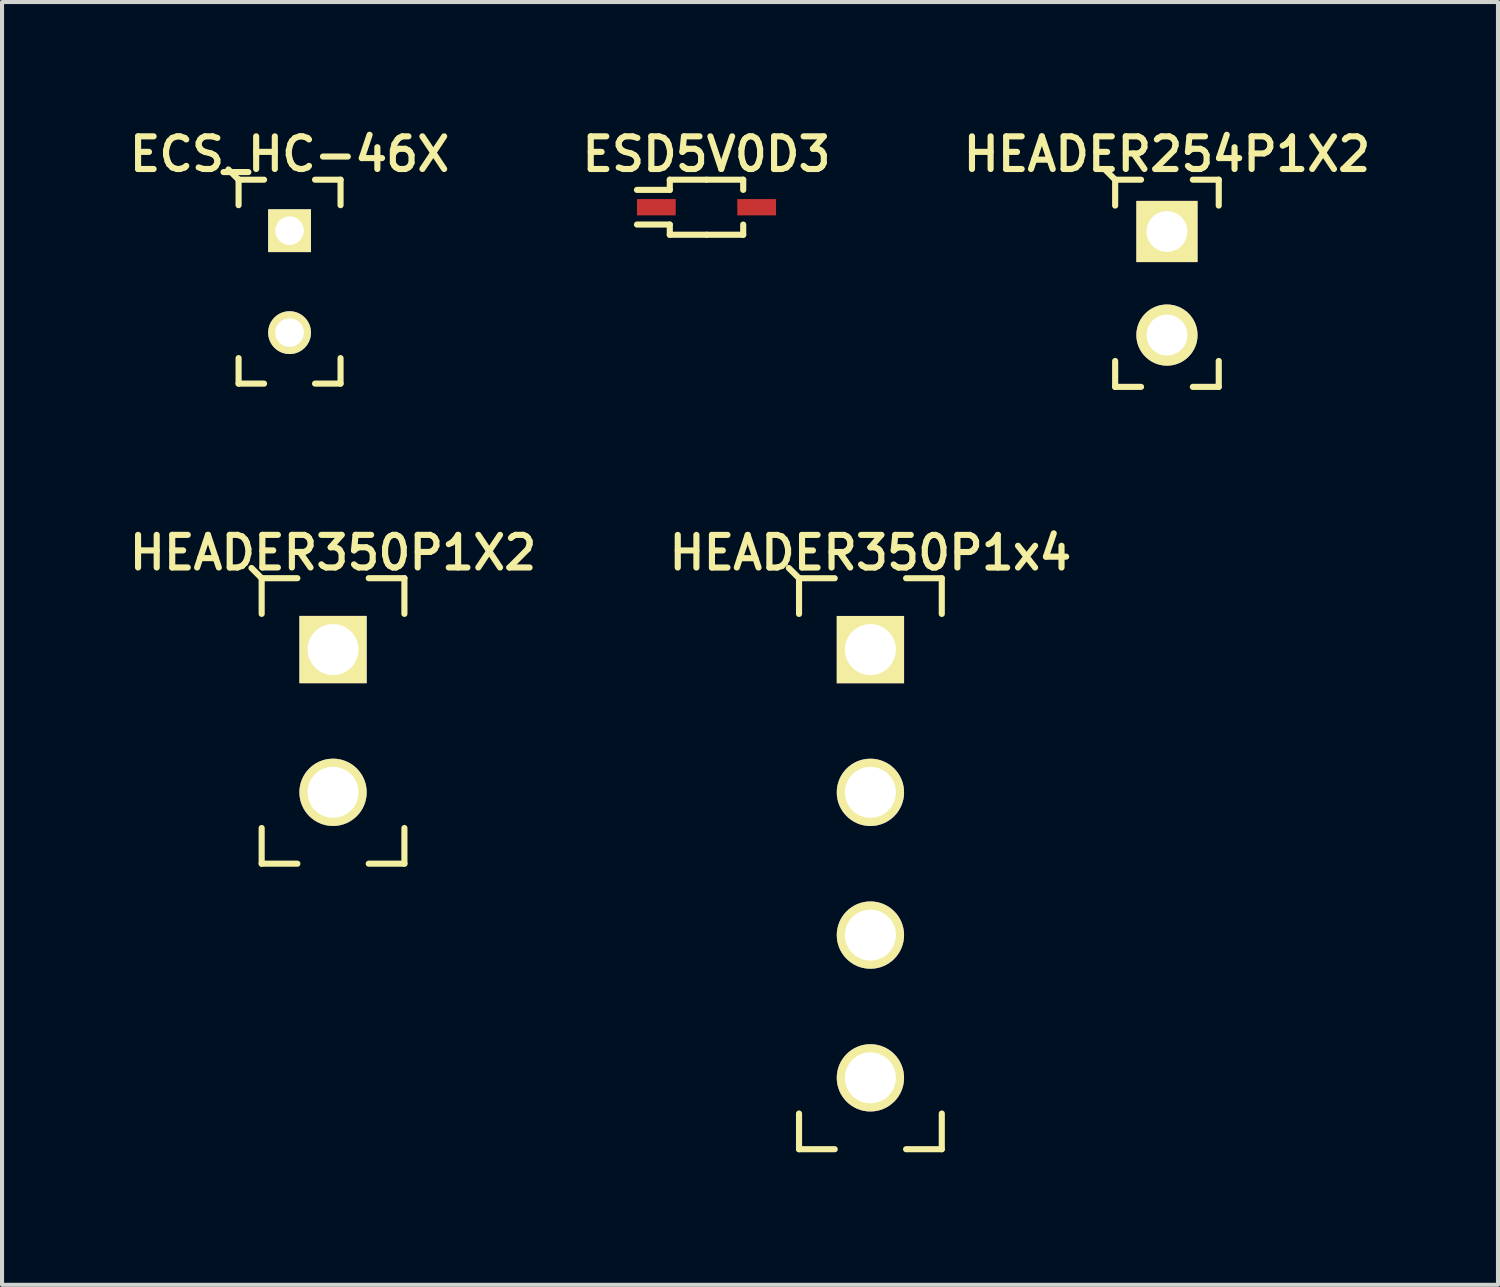
<source format=kicad_pcb>
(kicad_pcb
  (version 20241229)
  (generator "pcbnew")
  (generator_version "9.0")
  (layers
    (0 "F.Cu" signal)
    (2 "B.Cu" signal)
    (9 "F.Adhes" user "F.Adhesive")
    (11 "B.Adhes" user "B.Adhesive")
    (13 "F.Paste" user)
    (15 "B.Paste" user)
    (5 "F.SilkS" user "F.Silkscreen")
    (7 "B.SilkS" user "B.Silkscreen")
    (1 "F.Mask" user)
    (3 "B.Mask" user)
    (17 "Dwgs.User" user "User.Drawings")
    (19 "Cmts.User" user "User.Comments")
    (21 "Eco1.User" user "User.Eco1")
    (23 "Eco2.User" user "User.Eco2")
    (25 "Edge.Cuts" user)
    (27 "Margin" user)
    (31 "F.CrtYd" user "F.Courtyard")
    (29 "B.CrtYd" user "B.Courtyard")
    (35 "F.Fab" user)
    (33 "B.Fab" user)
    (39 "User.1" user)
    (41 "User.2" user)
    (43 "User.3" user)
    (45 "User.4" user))
  (footprint "HEADER350P1X2"
    (layer "F.Cu")
    (at 5.116 14.627)
    (property "Reference" "HEADER350P1X2" (at 0 -4.125 0) (layer "F.SilkS") (effects (font (size 0.8 0.8) (thickness 0.15))))
    (attr through_hole)
    (fp_line (start -1.75 -3.5) (end -2 -3.75) (stroke (width 0.15) (type solid)) (layer "F.SilkS"))
    (fp_line (start -1.75 -3.5) (end -1.75 -2.625) (stroke (width 0.15) (type solid)) (layer "F.SilkS"))
    (fp_line (start -1.75 -3.5) (end -0.875 -3.5) (stroke (width 0.15) (type solid)) (layer "F.SilkS"))
    (fp_line (start -1.75 3.5) (end -1.75 2.625) (stroke (width 0.15) (type solid)) (layer "F.SilkS"))
    (fp_line (start -1.75 3.5) (end -0.875 3.5) (stroke (width 0.15) (type solid)) (layer "F.SilkS"))
    (fp_line (start 1.75 -3.5) (end 0.875 -3.5) (stroke (width 0.15) (type solid)) (layer "F.SilkS"))
    (fp_line (start 1.75 -3.5) (end 1.75 -2.625) (stroke (width 0.15) (type solid)) (layer "F.SilkS"))
    (fp_line (start 1.75 3.5) (end 0.875 3.5) (stroke (width 0.15) (type solid)) (layer "F.SilkS"))
    (fp_line (start 1.75 3.5) (end 1.75 2.625) (stroke (width 0.15) (type solid)) (layer "F.SilkS"))
    (fp_line (start -1.75 -3.5) (end 1.75 -3.5) (stroke (width 0.15) (type solid)) (layer "Eco1.User"))
    (fp_line (start -1.75 3.5) (end -1.75 -3.5) (stroke (width 0.15) (type solid)) (layer "Eco1.User"))
    (fp_line (start 1.75 -3.5) (end 1.75 3.5) (stroke (width 0.15) (type solid)) (layer "Eco1.User"))
    (fp_line (start 1.75 3.5) (end -1.75 3.5) (stroke (width 0.15) (type solid)) (layer "Eco1.User"))
    (fp_line (start -2 -3.75) (end -2 3.75) (stroke (width 0.15) (type solid)) (layer "Eco2.User"))
    (fp_line (start -2 3.75) (end 2 3.75) (stroke (width 0.15) (type solid)) (layer "Eco2.User"))
    (fp_line (start 2 -3.75) (end -2 -3.75) (stroke (width 0.15) (type solid)) (layer "Eco2.User"))
    (fp_line (start 2 3.75) (end 2 -3.75) (stroke (width 0.15) (type solid)) (layer "Eco2.User"))
    (pad "1" thru_hole rect (at 0 -1.75) (size 1.65 1.65) (drill 1.25) (layers "*.Cu" "*.Mask" "F.SilkS" "F.Paste"))
    (pad "2" thru_hole circle (at 0 1.75) (size 1.65 1.65) (drill 1.25) (layers "*.Cu" "*.Mask" "F.SilkS" "F.Paste")))
  (footprint "ECS_HC-46X"
    (layer "F.Cu")
    (at 4.05 3.856)
    (property "Reference" "ECS_HC-46X" (at 0 -3.125 0) (layer "F.SilkS") (effects (font (size 0.8 0.8) (thickness 0.15))))
    (attr through_hole)
    (fp_line (start -1.25 -2.5) (end -1.5 -2.75) (stroke (width 0.15) (type solid)) (layer "F.SilkS"))
    (fp_line (start -1.25 -2.5) (end -1.25 -1.875) (stroke (width 0.15) (type solid)) (layer "F.SilkS"))
    (fp_line (start -1.25 -2.5) (end -0.625 -2.5) (stroke (width 0.15) (type solid)) (layer "F.SilkS"))
    (fp_line (start -1.25 2.5) (end -1.25 1.875) (stroke (width 0.15) (type solid)) (layer "F.SilkS"))
    (fp_line (start -1.25 2.5) (end -0.625 2.5) (stroke (width 0.15) (type solid)) (layer "F.SilkS"))
    (fp_line (start 1.25 -2.5) (end 0.625 -2.5) (stroke (width 0.15) (type solid)) (layer "F.SilkS"))
    (fp_line (start 1.25 -2.5) (end 1.25 -1.875) (stroke (width 0.15) (type solid)) (layer "F.SilkS"))
    (fp_line (start 1.25 2.5) (end 0.625 2.5) (stroke (width 0.15) (type solid)) (layer "F.SilkS"))
    (fp_line (start 1.25 2.5) (end 1.25 1.875) (stroke (width 0.15) (type solid)) (layer "F.SilkS"))
    (fp_line (start -1.25 -2.5) (end 1.25 -2.5) (stroke (width 0.15) (type solid)) (layer "Eco1.User"))
    (fp_line (start -1.25 2.5) (end -1.25 -2.5) (stroke (width 0.15) (type solid)) (layer "Eco1.User"))
    (fp_line (start 1.25 -2.5) (end 1.25 2.5) (stroke (width 0.15) (type solid)) (layer "Eco1.User"))
    (fp_line (start 1.25 2.5) (end -1.25 2.5) (stroke (width 0.15) (type solid)) (layer "Eco1.User"))
    (fp_line (start -1.5 -2.75) (end -1.5 2.75) (stroke (width 0.15) (type solid)) (layer "Eco2.User"))
    (fp_line (start -1.5 2.75) (end 1.5 2.75) (stroke (width 0.15) (type solid)) (layer "Eco2.User"))
    (fp_line (start 1.5 -2.75) (end -1.5 -2.75) (stroke (width 0.15) (type solid)) (layer "Eco2.User"))
    (fp_line (start 1.5 2.75) (end 1.5 -2.75) (stroke (width 0.15) (type solid)) (layer "Eco2.User"))
    (pad "1" thru_hole rect (at 0 -1.25) (size 1.05 1.05) (drill 0.7) (layers "*.Cu" "*.Mask" "F.SilkS" "F.Paste"))
    (pad "2" thru_hole circle (at 0 1.25) (size 1.05 1.05) (drill 0.7) (layers "*.Cu" "*.Mask" "F.SilkS" "F.Paste")))
  (footprint "ESD5V0D3"
    (layer "F.Cu")
    (at 14.273 2.031)
    (property "Reference" "ESD5V0D3" (at 0 -1.3 0) (layer "F.SilkS") (effects (font (size 0.8 0.8) (thickness 0.15))))
    (attr through_hole)
    (fp_line (start -0.9 -0.675) (end -0.9 -0.425) (stroke (width 0.15) (type solid)) (layer "F.SilkS"))
    (fp_line (start -0.9 -0.675) (end 0 -0.675) (stroke (width 0.15) (type solid)) (layer "F.SilkS"))
    (fp_line (start -0.9 -0.425) (end -1.705 -0.425) (stroke (width 0.15) (type solid)) (layer "F.SilkS"))
    (fp_line (start -0.9 0.425) (end -1.705 0.425) (stroke (width 0.15) (type solid)) (layer "F.SilkS"))
    (fp_line (start -0.9 0.675) (end -0.9 0.425) (stroke (width 0.15) (type solid)) (layer "F.SilkS"))
    (fp_line (start -0.9 0.675) (end 0 0.675) (stroke (width 0.15) (type solid)) (layer "F.SilkS"))
    (fp_line (start 0.9 -0.675) (end 0 -0.675) (stroke (width 0.15) (type solid)) (layer "F.SilkS"))
    (fp_line (start 0.9 -0.675) (end 0.9 -0.425) (stroke (width 0.15) (type solid)) (layer "F.SilkS"))
    (fp_line (start 0.9 0.675) (end 0 0.675) (stroke (width 0.15) (type solid)) (layer "F.SilkS"))
    (fp_line (start 0.9 0.675) (end 0.9 0.425) (stroke (width 0.15) (type solid)) (layer "F.SilkS"))
    (fp_line (start -0.9 0.675) (end -0.9 -0.175) (stroke (width 0.15) (type solid)) (layer "Eco1.User"))
    (fp_line (start -0.4 -0.675) (end -0.9 -0.175) (stroke (width 0.15) (type solid)) (layer "Eco1.User"))
    (fp_line (start -0.4 -0.675) (end 0.9 -0.675) (stroke (width 0.15) (type solid)) (layer "Eco1.User"))
    (fp_line (start 0.9 -0.675) (end 0.9 0.675) (stroke (width 0.15) (type solid)) (layer "Eco1.User"))
    (fp_line (start 0.9 0.675) (end -0.9 0.675) (stroke (width 0.15) (type solid)) (layer "Eco1.User"))
    (fp_line (start -2 -0.95) (end -2 0.95) (stroke (width 0.15) (type solid)) (layer "Eco2.User"))
    (fp_line (start -2 0.95) (end 2 0.95) (stroke (width 0.15) (type solid)) (layer "Eco2.User"))
    (fp_line (start 2 -0.95) (end -2 -0.95) (stroke (width 0.15) (type solid)) (layer "Eco2.User"))
    (fp_line (start 2 0.95) (end 2 -0.95) (stroke (width 0.15) (type solid)) (layer "Eco2.User"))
    (pad "1" smd rect (at 1.23 0) (size 0.95 0.4) (layers "F.Cu" "F.Mask" "F.Paste"))
    (pad "2" smd rect (at -1.23 0) (size 0.95 0.4) (layers "F.Cu" "F.Mask" "F.Paste")))
  (footprint "HEADER350P1x4"
    (layer "F.Cu")
    (at 18.292 18.128)
    (property "Reference" "HEADER350P1x4" (at 0 -7.625 0) (layer "F.SilkS") (effects (font (size 0.8 0.8) (thickness 0.15))))
    (attr through_hole)
    (fp_line (start -1.75 -7) (end -2 -7.25) (stroke (width 0.15) (type solid)) (layer "F.SilkS"))
    (fp_line (start -1.75 -7) (end -1.75 -6.125) (stroke (width 0.15) (type solid)) (layer "F.SilkS"))
    (fp_line (start -1.75 -7) (end -0.875 -7) (stroke (width 0.15) (type solid)) (layer "F.SilkS"))
    (fp_line (start -1.75 7) (end -1.75 6.125) (stroke (width 0.15) (type solid)) (layer "F.SilkS"))
    (fp_line (start -1.75 7) (end -0.875 7) (stroke (width 0.15) (type solid)) (layer "F.SilkS"))
    (fp_line (start 1.75 -7) (end 0.875 -7) (stroke (width 0.15) (type solid)) (layer "F.SilkS"))
    (fp_line (start 1.75 -7) (end 1.75 -6.125) (stroke (width 0.15) (type solid)) (layer "F.SilkS"))
    (fp_line (start 1.75 7) (end 0.875 7) (stroke (width 0.15) (type solid)) (layer "F.SilkS"))
    (fp_line (start 1.75 7) (end 1.75 6.125) (stroke (width 0.15) (type solid)) (layer "F.SilkS"))
    (fp_line (start -1.75 -7) (end 1.75 -7) (stroke (width 0.15) (type solid)) (layer "Eco1.User"))
    (fp_line (start -1.75 7) (end -1.75 -7) (stroke (width 0.15) (type solid)) (layer "Eco1.User"))
    (fp_line (start 1.75 -7) (end 1.75 7) (stroke (width 0.15) (type solid)) (layer "Eco1.User"))
    (fp_line (start 1.75 7) (end -1.75 7) (stroke (width 0.15) (type solid)) (layer "Eco1.User"))
    (fp_line (start -2 -7.25) (end -2 7.25) (stroke (width 0.15) (type solid)) (layer "Eco2.User"))
    (fp_line (start -2 7.25) (end 2 7.25) (stroke (width 0.15) (type solid)) (layer "Eco2.User"))
    (fp_line (start 2 -7.25) (end -2 -7.25) (stroke (width 0.15) (type solid)) (layer "Eco2.User"))
    (fp_line (start 2 7.25) (end 2 -7.25) (stroke (width 0.15) (type solid)) (layer "Eco2.User"))
    (pad "1" thru_hole rect (at 0 -5.25) (size 1.65 1.65) (drill 1.25) (layers "*.Cu" "*.Mask" "F.SilkS" "F.Paste"))
    (pad "2" thru_hole circle (at 0 -1.75) (size 1.65 1.65) (drill 1.25) (layers "*.Cu" "*.Mask" "F.SilkS" "F.Paste"))
    (pad "3" thru_hole circle (at 0 1.75) (size 1.65 1.65) (drill 1.25) (layers "*.Cu" "*.Mask" "F.SilkS" "F.Paste"))
    (pad "4" thru_hole circle (at 0 5.25) (size 1.65 1.65) (drill 1.25) (layers "*.Cu" "*.Mask" "F.SilkS" "F.Paste")))
  (footprint "HEADER254P1X2"
    (layer "F.Cu")
    (at 25.563 3.896)
    (property "Reference" "HEADER254P1X2" (at 0 -3.165 0) (layer "F.SilkS") (effects (font (size 0.8 0.8) (thickness 0.15))))
    (attr through_hole)
    (fp_line (start -1.27 -2.54) (end -1.52 -2.79) (stroke (width 0.15) (type solid)) (layer "F.SilkS"))
    (fp_line (start -1.27 -2.54) (end -1.27 -1.905) (stroke (width 0.15) (type solid)) (layer "F.SilkS"))
    (fp_line (start -1.27 -2.54) (end -0.635 -2.54) (stroke (width 0.15) (type solid)) (layer "F.SilkS"))
    (fp_line (start -1.27 2.54) (end -1.27 1.905) (stroke (width 0.15) (type solid)) (layer "F.SilkS"))
    (fp_line (start -1.27 2.54) (end -0.635 2.54) (stroke (width 0.15) (type solid)) (layer "F.SilkS"))
    (fp_line (start 1.27 -2.54) (end 0.635 -2.54) (stroke (width 0.15) (type solid)) (layer "F.SilkS"))
    (fp_line (start 1.27 -2.54) (end 1.27 -1.905) (stroke (width 0.15) (type solid)) (layer "F.SilkS"))
    (fp_line (start 1.27 2.54) (end 0.635 2.54) (stroke (width 0.15) (type solid)) (layer "F.SilkS"))
    (fp_line (start 1.27 2.54) (end 1.27 1.905) (stroke (width 0.15) (type solid)) (layer "F.SilkS"))
    (fp_line (start -1.27 -2.54) (end 1.27 -2.54) (stroke (width 0.15) (type solid)) (layer "Eco1.User"))
    (fp_line (start -1.27 2.54) (end -1.27 -2.54) (stroke (width 0.15) (type solid)) (layer "Eco1.User"))
    (fp_line (start 1.27 -2.54) (end 1.27 2.54) (stroke (width 0.15) (type solid)) (layer "Eco1.User"))
    (fp_line (start 1.27 2.54) (end -1.27 2.54) (stroke (width 0.15) (type solid)) (layer "Eco1.User"))
    (fp_line (start -1.55 -2.8) (end -1.55 2.8) (stroke (width 0.15) (type solid)) (layer "Eco2.User"))
    (fp_line (start -1.55 2.8) (end 1.55 2.8) (stroke (width 0.15) (type solid)) (layer "Eco2.User"))
    (fp_line (start 1.55 -2.8) (end -1.55 -2.8) (stroke (width 0.15) (type solid)) (layer "Eco2.User"))
    (fp_line (start 1.55 2.8) (end 1.55 -2.8) (stroke (width 0.15) (type solid)) (layer "Eco2.User"))
    (pad "1" thru_hole rect (at 0 -1.27) (size 1.5 1.5) (drill 1) (layers "*.Cu" "*.Mask" "F.SilkS" "F.Paste"))
    (pad "2" thru_hole circle (at 0 1.27) (size 1.5 1.5) (drill 1) (layers "*.Cu" "*.Mask" "F.SilkS" "F.Paste")))
  (gr_rect
    (start -3 -3)
    (end 33.68 28.453)
    (stroke (width 0.1) (type default))
    (fill no)
    (layer "Edge.Cuts")))
</source>
